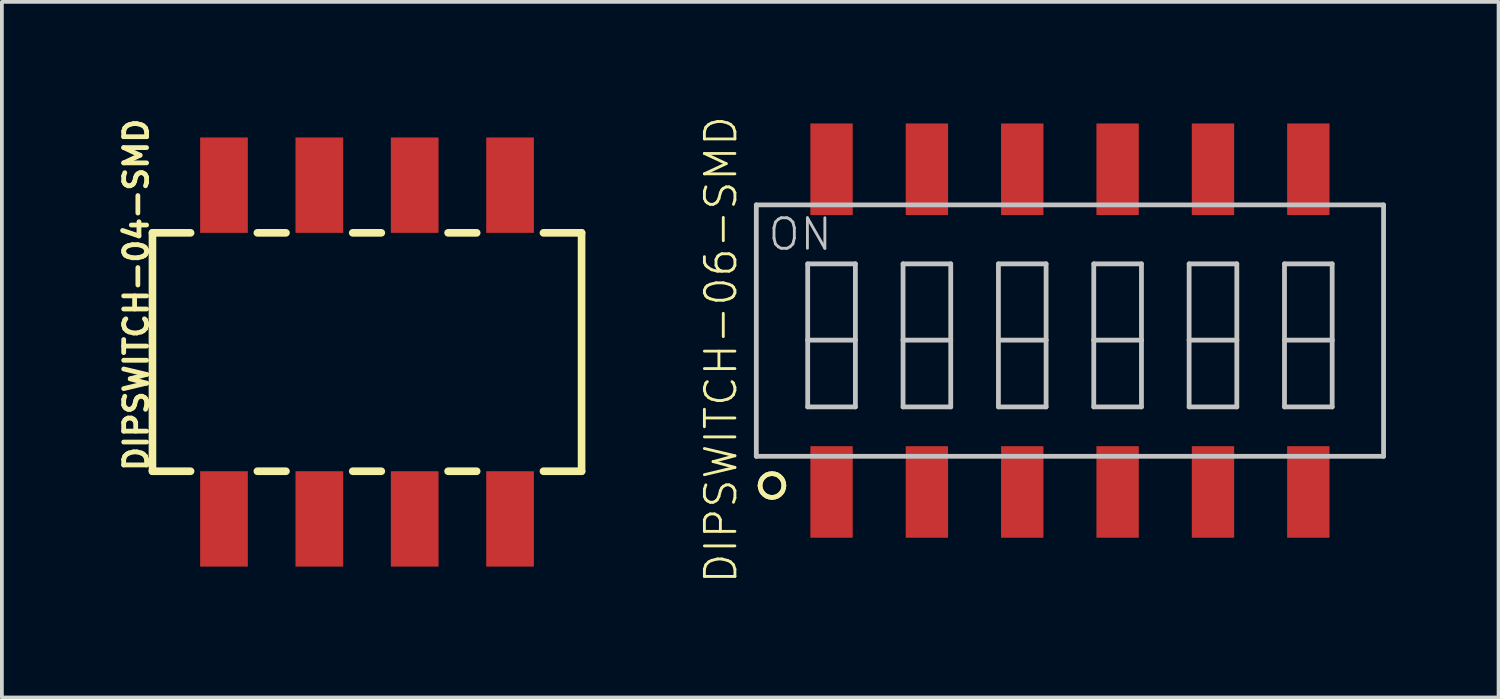
<source format=kicad_pcb>
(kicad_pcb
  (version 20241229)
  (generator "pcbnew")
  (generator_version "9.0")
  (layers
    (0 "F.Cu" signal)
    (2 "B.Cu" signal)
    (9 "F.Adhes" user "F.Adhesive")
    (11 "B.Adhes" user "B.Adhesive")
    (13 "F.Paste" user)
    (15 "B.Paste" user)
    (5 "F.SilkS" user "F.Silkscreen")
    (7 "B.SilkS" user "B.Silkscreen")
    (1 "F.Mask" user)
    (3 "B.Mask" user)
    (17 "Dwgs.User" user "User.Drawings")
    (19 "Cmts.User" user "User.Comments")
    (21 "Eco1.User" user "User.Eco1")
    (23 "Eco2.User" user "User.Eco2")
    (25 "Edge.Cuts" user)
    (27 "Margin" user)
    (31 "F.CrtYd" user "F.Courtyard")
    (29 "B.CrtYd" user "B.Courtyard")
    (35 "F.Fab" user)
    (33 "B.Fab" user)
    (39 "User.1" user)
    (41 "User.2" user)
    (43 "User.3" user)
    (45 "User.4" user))
  (footprint "DIPSWITCH-06-SMD"
    (layer "F.Cu")
    (at 25.449 5.756)
    (property "Reference" "DIPSWITCH-06-SMD" (at -9.296 0.508 90) (layer "F.SilkS") (effects (font (size 0.813 0.813) (thickness 0.076))))
    (attr smd)
    (fp_line (start -8.255 4.128) (end -8.245 4.056) (stroke (width 0.127) (type solid)) (layer "F.SilkS"))
    (fp_line (start -8.245 4.056) (end -8.222 3.988) (stroke (width 0.127) (type solid)) (layer "F.SilkS"))
    (fp_line (start -8.245 4.196) (end -8.255 4.128) (stroke (width 0.127) (type solid)) (layer "F.SilkS"))
    (fp_line (start -8.222 3.988) (end -8.184 3.929) (stroke (width 0.127) (type solid)) (layer "F.SilkS"))
    (fp_line (start -8.222 4.265) (end -8.245 4.196) (stroke (width 0.127) (type solid)) (layer "F.SilkS"))
    (fp_line (start -8.184 3.929) (end -8.133 3.879) (stroke (width 0.127) (type solid)) (layer "F.SilkS"))
    (fp_line (start -8.184 4.323) (end -8.222 4.265) (stroke (width 0.127) (type solid)) (layer "F.SilkS"))
    (fp_line (start -8.133 3.879) (end -8.075 3.84) (stroke (width 0.127) (type solid)) (layer "F.SilkS"))
    (fp_line (start -8.133 4.374) (end -8.184 4.323) (stroke (width 0.127) (type solid)) (layer "F.SilkS"))
    (fp_line (start -8.075 3.84) (end -8.006 3.818) (stroke (width 0.127) (type solid)) (layer "F.SilkS"))
    (fp_line (start -8.075 4.412) (end -8.133 4.374) (stroke (width 0.127) (type solid)) (layer "F.SilkS"))
    (fp_line (start -8.006 3.818) (end -7.938 3.81) (stroke (width 0.127) (type solid)) (layer "F.SilkS"))
    (fp_line (start -8.006 4.435) (end -8.075 4.412) (stroke (width 0.127) (type solid)) (layer "F.SilkS"))
    (fp_line (start -7.938 3.81) (end -7.866 3.818) (stroke (width 0.127) (type solid)) (layer "F.SilkS"))
    (fp_line (start -7.938 4.445) (end -8.006 4.435) (stroke (width 0.127) (type solid)) (layer "F.SilkS"))
    (fp_line (start -7.866 3.818) (end -7.798 3.84) (stroke (width 0.127) (type solid)) (layer "F.SilkS"))
    (fp_line (start -7.866 4.435) (end -7.938 4.445) (stroke (width 0.127) (type solid)) (layer "F.SilkS"))
    (fp_line (start -7.798 3.84) (end -7.739 3.879) (stroke (width 0.127) (type solid)) (layer "F.SilkS"))
    (fp_line (start -7.798 4.412) (end -7.866 4.435) (stroke (width 0.127) (type solid)) (layer "F.SilkS"))
    (fp_line (start -7.739 3.879) (end -7.689 3.929) (stroke (width 0.127) (type solid)) (layer "F.SilkS"))
    (fp_line (start -7.739 4.374) (end -7.798 4.412) (stroke (width 0.127) (type solid)) (layer "F.SilkS"))
    (fp_line (start -7.689 3.929) (end -7.65 3.988) (stroke (width 0.127) (type solid)) (layer "F.SilkS"))
    (fp_line (start -7.689 4.323) (end -7.739 4.374) (stroke (width 0.127) (type solid)) (layer "F.SilkS"))
    (fp_line (start -7.65 3.988) (end -7.628 4.056) (stroke (width 0.127) (type solid)) (layer "F.SilkS"))
    (fp_line (start -7.65 4.265) (end -7.689 4.323) (stroke (width 0.127) (type solid)) (layer "F.SilkS"))
    (fp_line (start -7.628 4.056) (end -7.62 4.128) (stroke (width 0.127) (type solid)) (layer "F.SilkS"))
    (fp_line (start -7.628 4.196) (end -7.65 4.265) (stroke (width 0.127) (type solid)) (layer "F.SilkS"))
    (fp_line (start -7.62 4.128) (end -7.628 4.196) (stroke (width 0.127) (type solid)) (layer "F.SilkS"))
    (fp_line (start -8.354 -3.348) (end 8.354 -3.348) (stroke (width 0.127) (type solid)) (layer "Dwgs.User"))
    (fp_line (start -8.354 3.348) (end -8.354 -3.348) (stroke (width 0.127) (type solid)) (layer "Dwgs.User"))
    (fp_line (start -6.985 -1.778) (end -5.715 -1.778) (stroke (width 0.127) (type solid)) (layer "Dwgs.User"))
    (fp_line (start -6.985 0.254) (end -6.985 -1.778) (stroke (width 0.127) (type solid)) (layer "Dwgs.User"))
    (fp_line (start -6.985 0.254) (end -6.985 2.032) (stroke (width 0.127) (type solid)) (layer "Dwgs.User"))
    (fp_line (start -6.985 2.032) (end -5.715 2.032) (stroke (width 0.127) (type solid)) (layer "Dwgs.User"))
    (fp_line (start -5.715 -1.778) (end -5.715 0.254) (stroke (width 0.127) (type solid)) (layer "Dwgs.User"))
    (fp_line (start -5.715 0.254) (end -6.985 0.254) (stroke (width 0.127) (type solid)) (layer "Dwgs.User"))
    (fp_line (start -5.715 2.032) (end -5.715 0.254) (stroke (width 0.127) (type solid)) (layer "Dwgs.User"))
    (fp_line (start -4.445 -1.778) (end -3.175 -1.778) (stroke (width 0.127) (type solid)) (layer "Dwgs.User"))
    (fp_line (start -4.445 0.254) (end -4.445 -1.778) (stroke (width 0.127) (type solid)) (layer "Dwgs.User"))
    (fp_line (start -4.445 0.254) (end -4.445 2.032) (stroke (width 0.127) (type solid)) (layer "Dwgs.User"))
    (fp_line (start -4.445 2.032) (end -3.175 2.032) (stroke (width 0.127) (type solid)) (layer "Dwgs.User"))
    (fp_line (start -3.175 -1.778) (end -3.175 0.254) (stroke (width 0.127) (type solid)) (layer "Dwgs.User"))
    (fp_line (start -3.175 0.254) (end -4.445 0.254) (stroke (width 0.127) (type solid)) (layer "Dwgs.User"))
    (fp_line (start -3.175 2.032) (end -3.175 0.254) (stroke (width 0.127) (type solid)) (layer "Dwgs.User"))
    (fp_line (start -1.905 -1.778) (end -0.635 -1.778) (stroke (width 0.127) (type solid)) (layer "Dwgs.User"))
    (fp_line (start -1.905 0.254) (end -1.905 -1.778) (stroke (width 0.127) (type solid)) (layer "Dwgs.User"))
    (fp_line (start -1.905 0.254) (end -1.905 2.032) (stroke (width 0.127) (type solid)) (layer "Dwgs.User"))
    (fp_line (start -1.905 2.032) (end -0.635 2.032) (stroke (width 0.127) (type solid)) (layer "Dwgs.User"))
    (fp_line (start -0.635 -1.778) (end -0.635 0.254) (stroke (width 0.127) (type solid)) (layer "Dwgs.User"))
    (fp_line (start -0.635 0.254) (end -1.905 0.254) (stroke (width 0.127) (type solid)) (layer "Dwgs.User"))
    (fp_line (start -0.635 2.032) (end -0.635 0.254) (stroke (width 0.127) (type solid)) (layer "Dwgs.User"))
    (fp_line (start 0.635 -1.778) (end 1.905 -1.778) (stroke (width 0.127) (type solid)) (layer "Dwgs.User"))
    (fp_line (start 0.635 0.254) (end 0.635 -1.778) (stroke (width 0.127) (type solid)) (layer "Dwgs.User"))
    (fp_line (start 0.635 0.254) (end 0.635 2.032) (stroke (width 0.127) (type solid)) (layer "Dwgs.User"))
    (fp_line (start 0.635 2.032) (end 1.905 2.032) (stroke (width 0.127) (type solid)) (layer "Dwgs.User"))
    (fp_line (start 1.905 -1.778) (end 1.905 0.254) (stroke (width 0.127) (type solid)) (layer "Dwgs.User"))
    (fp_line (start 1.905 0.254) (end 0.635 0.254) (stroke (width 0.127) (type solid)) (layer "Dwgs.User"))
    (fp_line (start 1.905 2.032) (end 1.905 0.254) (stroke (width 0.127) (type solid)) (layer "Dwgs.User"))
    (fp_line (start 3.175 -1.778) (end 4.445 -1.778) (stroke (width 0.127) (type solid)) (layer "Dwgs.User"))
    (fp_line (start 3.175 0.254) (end 3.175 -1.778) (stroke (width 0.127) (type solid)) (layer "Dwgs.User"))
    (fp_line (start 3.175 0.254) (end 3.175 2.032) (stroke (width 0.127) (type solid)) (layer "Dwgs.User"))
    (fp_line (start 3.175 2.032) (end 4.445 2.032) (stroke (width 0.127) (type solid)) (layer "Dwgs.User"))
    (fp_line (start 4.445 -1.778) (end 4.445 0.254) (stroke (width 0.127) (type solid)) (layer "Dwgs.User"))
    (fp_line (start 4.445 0.254) (end 3.175 0.254) (stroke (width 0.127) (type solid)) (layer "Dwgs.User"))
    (fp_line (start 4.445 2.032) (end 4.445 0.254) (stroke (width 0.127) (type solid)) (layer "Dwgs.User"))
    (fp_line (start 5.715 -1.778) (end 6.985 -1.778) (stroke (width 0.127) (type solid)) (layer "Dwgs.User"))
    (fp_line (start 5.715 0.254) (end 5.715 -1.778) (stroke (width 0.127) (type solid)) (layer "Dwgs.User"))
    (fp_line (start 5.715 0.254) (end 5.715 2.032) (stroke (width 0.127) (type solid)) (layer "Dwgs.User"))
    (fp_line (start 5.715 2.032) (end 6.985 2.032) (stroke (width 0.127) (type solid)) (layer "Dwgs.User"))
    (fp_line (start 6.985 -1.778) (end 6.985 0.254) (stroke (width 0.127) (type solid)) (layer "Dwgs.User"))
    (fp_line (start 6.985 0.254) (end 5.715 0.254) (stroke (width 0.127) (type solid)) (layer "Dwgs.User"))
    (fp_line (start 6.985 2.032) (end 6.985 0.254) (stroke (width 0.127) (type solid)) (layer "Dwgs.User"))
    (fp_line (start 8.354 -3.348) (end 8.354 3.348) (stroke (width 0.127) (type solid)) (layer "Dwgs.User"))
    (fp_line (start 8.354 3.348) (end -8.354 3.348) (stroke (width 0.127) (type solid)) (layer "Dwgs.User"))
    (fp_text user "ON" (at -7.186 -2.565 0) (layer "Dwgs.User") (effects (font (size 0.813 0.813) (thickness 0.076))))
    (pad "1" smd rect (at -6.35 4.298 90) (size 2.438 1.128) (layers "F.Cu" "F.Mask" "F.Paste"))
    (pad "2" smd rect (at -3.81 4.298 90) (size 2.438 1.128) (layers "F.Cu" "F.Mask" "F.Paste"))
    (pad "3" smd rect (at -1.27 4.298 90) (size 2.438 1.128) (layers "F.Cu" "F.Mask" "F.Paste"))
    (pad "4" smd rect (at 1.27 4.298 90) (size 2.438 1.128) (layers "F.Cu" "F.Mask" "F.Paste"))
    (pad "5" smd rect (at 3.81 4.298 90) (size 2.438 1.128) (layers "F.Cu" "F.Mask" "F.Paste"))
    (pad "6" smd rect (at 6.35 4.298 90) (size 2.438 1.128) (layers "F.Cu" "F.Mask" "F.Paste"))
    (pad "7" smd rect (at 6.35 -4.298 90) (size 2.438 1.128) (layers "F.Cu" "F.Mask" "F.Paste"))
    (pad "8" smd rect (at 3.81 -4.298 90) (size 2.438 1.128) (layers "F.Cu" "F.Mask" "F.Paste"))
    (pad "9" smd rect (at 1.27 -4.298 90) (size 2.438 1.128) (layers "F.Cu" "F.Mask" "F.Paste"))
    (pad "10" smd rect (at -1.27 -4.298 90) (size 2.438 1.128) (layers "F.Cu" "F.Mask" "F.Paste"))
    (pad "11" smd rect (at -3.81 -4.298 90) (size 2.438 1.128) (layers "F.Cu" "F.Mask" "F.Paste"))
    (pad "12" smd rect (at -6.35 -4.298 90) (size 2.438 1.128) (layers "F.Cu" "F.Mask" "F.Paste")))
  (footprint "DIPSWITCH-04-SMD"
    (layer "F.Cu")
    (at 6.726 6.327)
    (property "Reference" "DIPSWITCH-04-SMD" (at -6.147 -1.524 90) (layer "F.SilkS") (effects (font (size 0.61 0.61) (thickness 0.127))))
    (attr smd)
    (fp_line (start -5.715 -3.175) (end -4.699 -3.175) (stroke (width 0.203) (type solid)) (layer "F.SilkS"))
    (fp_line (start -5.715 3.175) (end -5.715 -3.175) (stroke (width 0.203) (type solid)) (layer "F.SilkS"))
    (fp_line (start -4.699 3.175) (end -5.715 3.175) (stroke (width 0.203) (type solid)) (layer "F.SilkS"))
    (fp_line (start -2.921 -3.175) (end -2.159 -3.175) (stroke (width 0.203) (type solid)) (layer "F.SilkS"))
    (fp_line (start -2.159 3.175) (end -2.921 3.175) (stroke (width 0.203) (type solid)) (layer "F.SilkS"))
    (fp_line (start -0.381 -3.175) (end 0.381 -3.175) (stroke (width 0.203) (type solid)) (layer "F.SilkS"))
    (fp_line (start 0.381 3.175) (end -0.381 3.175) (stroke (width 0.203) (type solid)) (layer "F.SilkS"))
    (fp_line (start 2.159 -3.175) (end 2.921 -3.175) (stroke (width 0.203) (type solid)) (layer "F.SilkS"))
    (fp_line (start 2.921 3.175) (end 2.159 3.175) (stroke (width 0.203) (type solid)) (layer "F.SilkS"))
    (fp_line (start 4.699 -3.175) (end 5.715 -3.175) (stroke (width 0.203) (type solid)) (layer "F.SilkS"))
    (fp_line (start 5.715 -3.175) (end 5.715 3.175) (stroke (width 0.203) (type solid)) (layer "F.SilkS"))
    (fp_line (start 5.715 3.175) (end 4.699 3.175) (stroke (width 0.203) (type solid)) (layer "F.SilkS"))
    (pad "1" smd rect (at -3.81 -4.445 90) (size 2.54 1.27) (layers "F.Cu" "F.Mask" "F.Paste"))
    (pad "2" smd rect (at -1.27 -4.445 90) (size 2.54 1.27) (layers "F.Cu" "F.Mask" "F.Paste"))
    (pad "3" smd rect (at 1.27 -4.445 90) (size 2.54 1.27) (layers "F.Cu" "F.Mask" "F.Paste"))
    (pad "4" smd rect (at 3.81 -4.445 90) (size 2.54 1.27) (layers "F.Cu" "F.Mask" "F.Paste"))
    (pad "5" smd rect (at 3.81 4.445 90) (size 2.54 1.27) (layers "F.Cu" "F.Mask" "F.Paste"))
    (pad "6" smd rect (at 1.27 4.445 90) (size 2.54 1.27) (layers "F.Cu" "F.Mask" "F.Paste"))
    (pad "7" smd rect (at -1.27 4.445 90) (size 2.54 1.27) (layers "F.Cu" "F.Mask" "F.Paste"))
    (pad "8" smd rect (at -3.81 4.445 90) (size 2.54 1.27) (layers "F.Cu" "F.Mask" "F.Paste")))
  (gr_rect
    (start -3 -3)
    (end 36.866 15.529)
    (stroke (width 0.1) (type default))
    (fill no)
    (layer "Edge.Cuts")))
</source>
